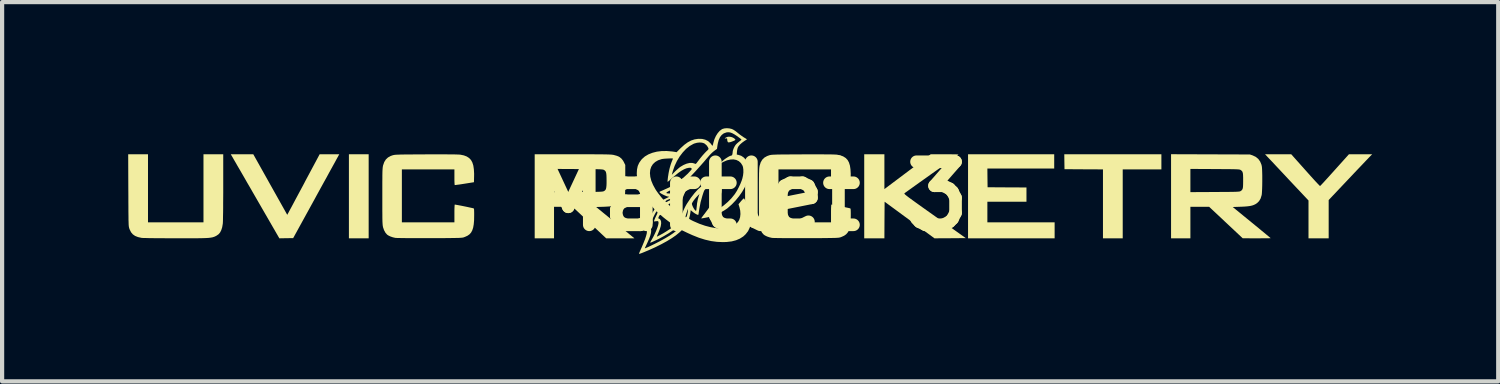
<source format=kicad_pcb>
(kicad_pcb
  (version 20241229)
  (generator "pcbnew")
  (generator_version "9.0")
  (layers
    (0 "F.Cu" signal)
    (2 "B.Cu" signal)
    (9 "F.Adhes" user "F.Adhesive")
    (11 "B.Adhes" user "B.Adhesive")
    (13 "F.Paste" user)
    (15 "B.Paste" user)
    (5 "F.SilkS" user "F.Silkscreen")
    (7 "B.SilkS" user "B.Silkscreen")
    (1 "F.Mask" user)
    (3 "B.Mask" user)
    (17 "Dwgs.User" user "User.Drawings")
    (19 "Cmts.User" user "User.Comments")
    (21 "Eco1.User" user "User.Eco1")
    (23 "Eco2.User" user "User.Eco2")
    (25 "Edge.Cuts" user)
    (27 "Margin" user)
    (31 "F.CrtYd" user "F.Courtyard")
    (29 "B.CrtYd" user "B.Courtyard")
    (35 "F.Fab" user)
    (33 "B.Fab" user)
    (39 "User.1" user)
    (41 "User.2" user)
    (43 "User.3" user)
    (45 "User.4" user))
  (footprint "Martlet 3"
    (layer "F.Cu")
    (at 14.791 1.62)
    (property "Reference" "Martlet 3" (at 0 0 0) (layer "F.SilkS") (effects (font (size 1.5 1.5) (thickness 0.3))))
    (attr board_only exclude_from_pos_files exclude_from_bom)
    (fp_poly (pts (xy -9.07 0) (xy -9.07 1) (xy -9.305 1) (xy -9.54 1) (xy -9.54 0) (xy -9.54 -1) (xy -9.305 -1) (xy -9.07 -1)) (stroke (width 0) (type solid)) (fill yes) (layer "F.SilkS"))
    (fp_poly (pts (xy 9.79 -0.82) (xy 9.79 -0.64) (xy 9.33 -0.64) (xy 8.87 -0.64) (xy 8.87 0.18) (xy 8.87 1) (xy 8.635 1) (xy 8.4 1) (xy 8.4 0.18) (xy 8.4 -0.64) (xy 7.942 -0.642) (xy 7.485 -0.645) (xy 7.482 -0.823) (xy 7.48 -1) (xy 8.635 -1) (xy 9.79 -1)) (stroke (width 0) (type solid)) (fill yes) (layer "F.SilkS"))
    (fp_poly (pts (xy 7.24 -0.83) (xy 7.24 -0.66) (xy 6.445 -0.66) (xy 5.65 -0.66) (xy 5.652 -0.438) (xy 5.655 -0.215) (xy 6.117 -0.212) (xy 6.58 -0.21) (xy 6.58 -0.04) (xy 6.58 0.13) (xy 6.115 0.13) (xy 5.65 0.13) (xy 5.65 0.375) (xy 5.65 0.62) (xy 6.45 0.62) (xy 7.25 0.62) (xy 7.25 0.81) (xy 7.25 1) (xy 6.22 1) (xy 5.19 1) (xy 5.19 0) (xy 5.19 -1) (xy 6.215 -1) (xy 7.24 -1)) (stroke (width 0) (type solid)) (fill yes) (layer "F.SilkS"))
    (fp_poly (pts (xy -0.424 -1.405) (xy -0.379 -1.382) (xy -0.356 -1.362) (xy -0.346 -1.349) (xy -0.346 -1.341) (xy -0.357 -1.332) (xy -0.383 -1.319) (xy -0.391 -1.316) (xy -0.428 -1.301) (xy -0.464 -1.289) (xy -0.482 -1.285) (xy -0.508 -1.282) (xy -0.522 -1.288) (xy -0.529 -1.298) (xy -0.537 -1.323) (xy -0.54 -1.351) (xy -0.542 -1.372) (xy -0.55 -1.379) (xy -0.57 -1.377) (xy -0.593 -1.373) (xy -0.598 -1.377) (xy -0.585 -1.389) (xy -0.568 -1.4) (xy -0.524 -1.416) (xy -0.475 -1.417)) (stroke (width 0) (type solid)) (fill yes) (layer "F.SilkS"))
    (fp_poly (pts (xy -9.79 -0.963) (xy -9.797 -0.949) (xy -9.814 -0.919) (xy -9.839 -0.874) (xy -9.871 -0.814) (xy -9.911 -0.742) (xy -9.957 -0.659) (xy -10.009 -0.565) (xy -10.065 -0.461) (xy -10.127 -0.35) (xy -10.192 -0.232) (xy -10.26 -0.108) (xy -10.331 0.021) (xy -10.338 0.035) (xy -10.866 0.995) (xy -11.031 0.997) (xy -11.195 1) (xy -11.748 0.042) (xy -11.822 -0.086) (xy -11.893 -0.21) (xy -11.962 -0.328) (xy -12.026 -0.44) (xy -12.086 -0.544) (xy -12.141 -0.639) (xy -12.191 -0.724) (xy -12.233 -0.798) (xy -12.269 -0.859) (xy -12.296 -0.907) (xy -12.315 -0.94) (xy -12.325 -0.956) (xy -12.326 -0.958) (xy -12.351 -1) (xy -12.083 -1) (xy -11.815 -1) (xy -11.411 -0.279) (xy -11.007 0.441) (xy -10.978 0.388) (xy -10.969 0.371) (xy -10.951 0.337) (xy -10.925 0.289) (xy -10.892 0.228) (xy -10.853 0.155) (xy -10.809 0.072) (xy -10.76 -0.019) (xy -10.707 -0.118) (xy -10.651 -0.222) (xy -10.593 -0.331) (xy -10.593 -0.333) (xy -10.236 -1) (xy -10.002 -1) (xy -9.769 -1)) (stroke (width 0) (type solid)) (fill yes) (layer "F.SilkS"))
    (fp_poly (pts (xy 14.729 -0.923) (xy 14.709 -0.901) (xy 14.676 -0.867) (xy 14.633 -0.822) (xy 14.58 -0.766) (xy 14.519 -0.702) (xy 14.451 -0.631) (xy 14.378 -0.554) (xy 14.302 -0.473) (xy 14.223 -0.39) (xy 14.212 -0.378) (xy 13.77 0.089) (xy 13.77 0.545) (xy 13.77 1) (xy 13.53 1) (xy 13.29 1) (xy 13.29 0.55) (xy 13.29 0.1) (xy 12.813 -0.407) (xy 12.733 -0.493) (xy 12.655 -0.576) (xy 12.582 -0.654) (xy 12.514 -0.726) (xy 12.454 -0.791) (xy 12.401 -0.847) (xy 12.357 -0.893) (xy 12.324 -0.928) (xy 12.303 -0.95) (xy 12.296 -0.958) (xy 12.256 -1) (xy 12.568 -1) (xy 12.879 -1) (xy 13.217 -0.621) (xy 13.283 -0.547) (xy 13.345 -0.478) (xy 13.402 -0.415) (xy 13.452 -0.36) (xy 13.495 -0.314) (xy 13.529 -0.279) (xy 13.552 -0.255) (xy 13.564 -0.244) (xy 13.565 -0.244) (xy 13.573 -0.252) (xy 13.594 -0.273) (xy 13.625 -0.306) (xy 13.666 -0.35) (xy 13.714 -0.403) (xy 13.77 -0.464) (xy 13.831 -0.532) (xy 13.896 -0.604) (xy 13.913 -0.623) (xy 14.252 -1) (xy 14.528 -1) (xy 14.805 -1)) (stroke (width 0) (type solid)) (fill yes) (layer "F.SilkS"))
    (fp_poly (pts (xy 3.2 -0.585) (xy 3.2 -0.171) (xy 3.751 -0.585) (xy 4.302 -1) (xy 4.639 -1) (xy 4.73 -1) (xy 4.802 -0.999) (xy 4.859 -0.999) (xy 4.901 -0.998) (xy 4.93 -0.996) (xy 4.948 -0.994) (xy 4.957 -0.992) (xy 4.959 -0.988) (xy 4.956 -0.984) (xy 4.955 -0.984) (xy 4.944 -0.976) (xy 4.918 -0.957) (xy 4.878 -0.928) (xy 4.825 -0.891) (xy 4.762 -0.846) (xy 4.689 -0.794) (xy 4.607 -0.736) (xy 4.519 -0.673) (xy 4.424 -0.605) (xy 4.325 -0.535) (xy 4.315 -0.528) (xy 4.216 -0.457) (xy 4.12 -0.389) (xy 4.031 -0.326) (xy 3.949 -0.267) (xy 3.875 -0.214) (xy 3.811 -0.168) (xy 3.758 -0.13) (xy 3.717 -0.101) (xy 3.69 -0.081) (xy 3.678 -0.071) (xy 3.677 -0.071) (xy 3.675 -0.067) (xy 3.675 -0.063) (xy 3.679 -0.057) (xy 3.687 -0.048) (xy 3.7 -0.035) (xy 3.72 -0.019) (xy 3.747 0.002) (xy 3.782 0.029) (xy 3.826 0.061) (xy 3.881 0.101) (xy 3.946 0.148) (xy 4.024 0.204) (xy 4.115 0.269) (xy 4.219 0.343) (xy 4.339 0.428) (xy 4.398 0.47) (xy 5.136 0.995) (xy 4.764 0.998) (xy 4.391 1) (xy 3.798 0.565) (xy 3.205 0.129) (xy 3.202 0.564) (xy 3.2 1) (xy 2.96 1) (xy 2.72 1) (xy 2.72 0) (xy 2.72 -1) (xy 2.96 -1) (xy 3.2 -1)) (stroke (width 0) (type solid)) (fill yes) (layer "F.SilkS"))
    (fp_poly (pts (xy -14.32 -0.19) (xy -14.32 0.62) (xy -13.66 0.62) (xy -13 0.62) (xy -13 -0.19) (xy -13 -1) (xy -12.765 -1) (xy -12.53 -1) (xy -12.53 -0.212) (xy -12.53 -0.079) (xy -12.531 0.048) (xy -12.532 0.167) (xy -12.532 0.277) (xy -12.533 0.376) (xy -12.535 0.462) (xy -12.536 0.534) (xy -12.537 0.591) (xy -12.539 0.63) (xy -12.54 0.65) (xy -12.555 0.737) (xy -12.577 0.806) (xy -12.605 0.861) (xy -12.642 0.904) (xy -12.69 0.937) (xy -12.7 0.943) (xy -12.721 0.953) (xy -12.741 0.962) (xy -12.762 0.969) (xy -12.785 0.976) (xy -12.812 0.981) (xy -12.844 0.986) (xy -12.882 0.99) (xy -12.929 0.993) (xy -12.984 0.995) (xy -13.051 0.997) (xy -13.129 0.998) (xy -13.221 0.999) (xy -13.329 0.999) (xy -13.452 0.999) (xy -13.594 0.999) (xy -13.668 0.999) (xy -13.791 0.999) (xy -13.909 0.998) (xy -14.02 0.997) (xy -14.123 0.997) (xy -14.216 0.996) (xy -14.297 0.995) (xy -14.365 0.993) (xy -14.419 0.992) (xy -14.456 0.991) (xy -14.474 0.989) (xy -14.474 0.989) (xy -14.559 0.97) (xy -14.627 0.943) (xy -14.681 0.905) (xy -14.722 0.857) (xy -14.754 0.794) (xy -14.763 0.771) (xy -14.767 0.759) (xy -14.77 0.747) (xy -14.773 0.734) (xy -14.776 0.719) (xy -14.778 0.7) (xy -14.78 0.675) (xy -14.781 0.644) (xy -14.782 0.606) (xy -14.784 0.557) (xy -14.784 0.499) (xy -14.785 0.428) (xy -14.786 0.344) (xy -14.786 0.245) (xy -14.787 0.13) (xy -14.787 -0.002) (xy -14.788 -0.147) (xy -14.791 -1) (xy -14.555 -1) (xy -14.32 -1)) (stroke (width 0) (type solid)) (fill yes) (layer "F.SilkS"))
    (fp_poly (pts (xy 10.957 -0.998) (xy 11.895 -0.995) (xy 11.961 -0.973) (xy 12.035 -0.938) (xy 12.095 -0.889) (xy 12.14 -0.826) (xy 12.171 -0.751) (xy 12.179 -0.715) (xy 12.183 -0.682) (xy 12.186 -0.632) (xy 12.188 -0.57) (xy 12.19 -0.499) (xy 12.19 -0.421) (xy 12.19 -0.342) (xy 12.189 -0.264) (xy 12.187 -0.191) (xy 12.184 -0.126) (xy 12.181 -0.073) (xy 12.177 -0.035) (xy 12.175 -0.026) (xy 12.151 0.052) (xy 12.114 0.115) (xy 12.067 0.161) (xy 12.03 0.186) (xy 11.991 0.205) (xy 11.948 0.22) (xy 11.898 0.231) (xy 11.837 0.239) (xy 11.762 0.245) (xy 11.671 0.249) (xy 11.666 0.249) (xy 11.487 0.255) (xy 11.939 0.624) (xy 12.021 0.691) (xy 12.098 0.754) (xy 12.169 0.813) (xy 12.233 0.865) (xy 12.287 0.91) (xy 12.332 0.947) (xy 12.364 0.974) (xy 12.384 0.991) (xy 12.39 0.996) (xy 12.38 0.997) (xy 12.353 0.998) (xy 12.31 0.999) (xy 12.255 0.999) (xy 12.188 0.999) (xy 12.114 1) (xy 12.057 1) (xy 11.725 0.999) (xy 11.326 0.625) (xy 10.926 0.25) (xy 10.703 0.25) (xy 10.48 0.25) (xy 10.48 0.625) (xy 10.48 1) (xy 10.25 1) (xy 10.02 1) (xy 10.02 -0.000295) (xy 10.02 -0.651) (xy 10.48 -0.651) (xy 10.48 -0.375) (xy 10.48 -0.099) (xy 11.063 -0.102) (xy 11.186 -0.103) (xy 11.291 -0.103) (xy 11.379 -0.104) (xy 11.452 -0.105) (xy 11.511 -0.106) (xy 11.558 -0.107) (xy 11.594 -0.109) (xy 11.621 -0.111) (xy 11.641 -0.113) (xy 11.655 -0.115) (xy 11.665 -0.119) (xy 11.672 -0.122) (xy 11.673 -0.123) (xy 11.694 -0.137) (xy 11.709 -0.153) (xy 11.72 -0.172) (xy 11.728 -0.198) (xy 11.732 -0.234) (xy 11.734 -0.283) (xy 11.735 -0.347) (xy 11.735 -0.375) (xy 11.735 -0.446) (xy 11.733 -0.5) (xy 11.73 -0.54) (xy 11.723 -0.569) (xy 11.714 -0.591) (xy 11.7 -0.607) (xy 11.681 -0.622) (xy 11.673 -0.627) (xy 11.666 -0.631) (xy 11.657 -0.634) (xy 11.643 -0.637) (xy 11.624 -0.639) (xy 11.598 -0.641) (xy 11.562 -0.643) (xy 11.517 -0.644) (xy 11.459 -0.645) (xy 11.388 -0.646) (xy 11.302 -0.646) (xy 11.2 -0.647) (xy 11.079 -0.648) (xy 11.063 -0.648) (xy 10.48 -0.651) (xy 10.02 -0.651) (xy 10.02 -1.001)) (stroke (width 0) (type solid)) (fill yes) (layer "F.SilkS"))
    (fp_poly (pts (xy -4.062 -1) (xy -3.923 -1) (xy -3.801 -1) (xy -3.696 -0.999) (xy -3.605 -0.999) (xy -3.528 -0.998) (xy -3.463 -0.997) (xy -3.409 -0.996) (xy -3.365 -0.995) (xy -3.329 -0.993) (xy -3.3 -0.992) (xy -3.277 -0.989) (xy -3.258 -0.987) (xy -3.243 -0.984) (xy -3.242 -0.984) (xy -3.165 -0.963) (xy -3.104 -0.935) (xy -3.056 -0.897) (xy -3.017 -0.847) (xy -2.998 -0.812) (xy -2.965 -0.745) (xy -2.965 -0.385) (xy -2.965 -0.282) (xy -2.966 -0.197) (xy -2.967 -0.127) (xy -2.969 -0.071) (xy -2.973 -0.026) (xy -2.979 0.01) (xy -2.986 0.038) (xy -2.996 0.062) (xy -3.008 0.083) (xy -3.023 0.103) (xy -3.036 0.119) (xy -3.071 0.154) (xy -3.109 0.182) (xy -3.153 0.205) (xy -3.207 0.222) (xy -3.272 0.234) (xy -3.351 0.242) (xy -3.447 0.248) (xy -3.472 0.249) (xy -3.658 0.255) (xy -3.297 0.55) (xy -3.22 0.613) (xy -3.144 0.675) (xy -3.072 0.734) (xy -3.005 0.789) (xy -2.946 0.837) (xy -2.897 0.877) (xy -2.86 0.908) (xy -2.842 0.922) (xy -2.748 1) (xy -3.083 1) (xy -3.419 1) (xy -3.819 0.625) (xy -4.219 0.25) (xy -4.44 0.25) (xy -4.66 0.25) (xy -4.66 0.625) (xy -4.66 1) (xy -4.89 1) (xy -5.12 1) (xy -5.12 0) (xy -5.12 -0.651) (xy -4.66 -0.651) (xy -4.66 -0.375) (xy -4.66 -0.099) (xy -4.082 -0.102) (xy -3.96 -0.103) (xy -3.856 -0.103) (xy -3.768 -0.104) (xy -3.696 -0.105) (xy -3.637 -0.106) (xy -3.591 -0.107) (xy -3.555 -0.109) (xy -3.527 -0.111) (xy -3.507 -0.113) (xy -3.492 -0.116) (xy -3.481 -0.119) (xy -3.473 -0.123) (xy -3.472 -0.123) (xy -3.451 -0.137) (xy -3.435 -0.154) (xy -3.424 -0.177) (xy -3.417 -0.21) (xy -3.412 -0.255) (xy -3.41 -0.315) (xy -3.41 -0.375) (xy -3.411 -0.449) (xy -3.413 -0.505) (xy -3.418 -0.547) (xy -3.426 -0.578) (xy -3.438 -0.6) (xy -3.455 -0.616) (xy -3.472 -0.627) (xy -3.48 -0.631) (xy -3.49 -0.634) (xy -3.504 -0.637) (xy -3.524 -0.639) (xy -3.55 -0.641) (xy -3.585 -0.643) (xy -3.63 -0.644) (xy -3.686 -0.645) (xy -3.756 -0.646) (xy -3.841 -0.646) (xy -3.943 -0.647) (xy -4.063 -0.648) (xy -4.082 -0.648) (xy -4.66 -0.651) (xy -5.12 -0.651) (xy -5.12 -1) (xy -4.22 -1)) (stroke (width 0) (type solid)) (fill yes) (layer "F.SilkS"))
    (fp_poly (pts (xy 1.698 -0.998) (xy 1.808 -0.997) (xy 1.9 -0.997) (xy 1.973 -0.995) (xy 2.027 -0.993) (xy 2.062 -0.991) (xy 2.072 -0.99) (xy 2.155 -0.973) (xy 2.223 -0.947) (xy 2.279 -0.911) (xy 2.324 -0.864) (xy 2.357 -0.804) (xy 2.38 -0.73) (xy 2.393 -0.642) (xy 2.399 -0.536) (xy 2.398 -0.47) (xy 2.395 -0.335) (xy 2.17 -0.299) (xy 2.105 -0.289) (xy 2.047 -0.28) (xy 1.998 -0.273) (xy 1.962 -0.269) (xy 1.941 -0.267) (xy 1.938 -0.267) (xy 1.935 -0.278) (xy 1.933 -0.306) (xy 1.931 -0.347) (xy 1.93 -0.398) (xy 1.93 -0.456) (xy 1.93 -0.64) (xy 1.305 -0.64) (xy 0.68 -0.64) (xy 0.68 -0.01) (xy 0.68 0.62) (xy 1.305 0.62) (xy 1.93 0.62) (xy 1.93 0.411) (xy 1.93 0.348) (xy 1.931 0.292) (xy 1.933 0.247) (xy 1.935 0.215) (xy 1.937 0.198) (xy 1.938 0.197) (xy 1.948 0.198) (xy 1.976 0.203) (xy 2.016 0.21) (xy 2.065 0.219) (xy 2.121 0.23) (xy 2.18 0.242) (xy 2.238 0.254) (xy 2.292 0.266) (xy 2.339 0.276) (xy 2.375 0.284) (xy 2.377 0.285) (xy 2.386 0.287) (xy 2.392 0.293) (xy 2.396 0.303) (xy 2.398 0.322) (xy 2.399 0.352) (xy 2.4 0.396) (xy 2.4 0.457) (xy 2.4 0.459) (xy 2.398 0.572) (xy 2.39 0.666) (xy 2.376 0.745) (xy 2.355 0.81) (xy 2.327 0.862) (xy 2.289 0.905) (xy 2.242 0.938) (xy 2.183 0.965) (xy 2.145 0.979) (xy 2.133 0.981) (xy 2.118 0.984) (xy 2.097 0.986) (xy 2.069 0.988) (xy 2.034 0.99) (xy 1.989 0.991) (xy 1.933 0.992) (xy 1.865 0.993) (xy 1.784 0.994) (xy 1.687 0.995) (xy 1.575 0.995) (xy 1.445 0.996) (xy 1.335 0.996) (xy 1.212 0.996) (xy 1.094 0.996) (xy 0.982 0.996) (xy 0.879 0.996) (xy 0.785 0.995) (xy 0.703 0.994) (xy 0.635 0.993) (xy 0.581 0.992) (xy 0.543 0.991) (xy 0.524 0.989) (xy 0.523 0.989) (xy 0.466 0.976) (xy 0.41 0.957) (xy 0.362 0.934) (xy 0.33 0.913) (xy 0.29 0.868) (xy 0.256 0.806) (xy 0.233 0.74) (xy 0.23 0.726) (xy 0.226 0.71) (xy 0.224 0.692) (xy 0.222 0.669) (xy 0.22 0.639) (xy 0.218 0.602) (xy 0.217 0.556) (xy 0.216 0.499) (xy 0.216 0.43) (xy 0.215 0.347) (xy 0.215 0.248) (xy 0.215 0.133) (xy 0.215 0.01) (xy 0.215 -0.123) (xy 0.215 -0.238) (xy 0.215 -0.335) (xy 0.216 -0.418) (xy 0.217 -0.487) (xy 0.217 -0.544) (xy 0.219 -0.59) (xy 0.22 -0.627) (xy 0.222 -0.657) (xy 0.224 -0.682) (xy 0.227 -0.702) (xy 0.23 -0.72) (xy 0.233 -0.732) (xy 0.258 -0.81) (xy 0.295 -0.872) (xy 0.344 -0.92) (xy 0.409 -0.957) (xy 0.465 -0.977) (xy 0.478 -0.98) (xy 0.493 -0.983) (xy 0.511 -0.986) (xy 0.535 -0.988) (xy 0.565 -0.99) (xy 0.602 -0.991) (xy 0.65 -0.993) (xy 0.708 -0.994) (xy 0.778 -0.995) (xy 0.862 -0.995) (xy 0.961 -0.996) (xy 1.076 -0.997) (xy 1.21 -0.997) (xy 1.265 -0.998) (xy 1.426 -0.998) (xy 1.571 -0.998)) (stroke (width 0) (type solid)) (fill yes) (layer "F.SilkS"))
    (fp_poly (pts (xy -7.262 -0.998) (xy -7.152 -0.997) (xy -7.06 -0.997) (xy -6.987 -0.995) (xy -6.933 -0.993) (xy -6.898 -0.991) (xy -6.888 -0.99) (xy -6.805 -0.973) (xy -6.737 -0.947) (xy -6.681 -0.911) (xy -6.636 -0.864) (xy -6.603 -0.804) (xy -6.58 -0.731) (xy -6.567 -0.642) (xy -6.561 -0.537) (xy -6.562 -0.47) (xy -6.565 -0.335) (xy -6.79 -0.299) (xy -6.855 -0.289) (xy -6.913 -0.28) (xy -6.962 -0.274) (xy -6.998 -0.269) (xy -7.019 -0.267) (xy -7.022 -0.267) (xy -7.025 -0.278) (xy -7.027 -0.306) (xy -7.029 -0.347) (xy -7.03 -0.398) (xy -7.03 -0.456) (xy -7.03 -0.64) (xy -7.655 -0.64) (xy -8.28 -0.64) (xy -8.28 -0.01) (xy -8.28 0.62) (xy -7.655 0.62) (xy -7.03 0.62) (xy -7.03 0.411) (xy -7.03 0.348) (xy -7.029 0.292) (xy -7.027 0.247) (xy -7.025 0.215) (xy -7.023 0.198) (xy -7.022 0.197) (xy -7.012 0.198) (xy -6.984 0.203) (xy -6.944 0.21) (xy -6.895 0.219) (xy -6.839 0.23) (xy -6.78 0.242) (xy -6.722 0.254) (xy -6.668 0.266) (xy -6.621 0.276) (xy -6.585 0.284) (xy -6.582 0.285) (xy -6.574 0.287) (xy -6.568 0.293) (xy -6.564 0.303) (xy -6.562 0.322) (xy -6.561 0.352) (xy -6.56 0.396) (xy -6.56 0.457) (xy -6.56 0.459) (xy -6.562 0.572) (xy -6.57 0.666) (xy -6.584 0.745) (xy -6.605 0.81) (xy -6.633 0.862) (xy -6.671 0.905) (xy -6.718 0.938) (xy -6.777 0.965) (xy -6.815 0.979) (xy -6.827 0.981) (xy -6.842 0.984) (xy -6.863 0.986) (xy -6.891 0.988) (xy -6.926 0.99) (xy -6.971 0.991) (xy -7.027 0.992) (xy -7.095 0.993) (xy -7.176 0.994) (xy -7.273 0.995) (xy -7.385 0.995) (xy -7.515 0.996) (xy -7.625 0.996) (xy -7.748 0.996) (xy -7.866 0.996) (xy -7.978 0.996) (xy -8.081 0.996) (xy -8.175 0.995) (xy -8.257 0.994) (xy -8.325 0.993) (xy -8.379 0.992) (xy -8.417 0.991) (xy -8.436 0.989) (xy -8.437 0.989) (xy -8.494 0.976) (xy -8.55 0.957) (xy -8.598 0.934) (xy -8.63 0.913) (xy -8.67 0.868) (xy -8.704 0.806) (xy -8.727 0.74) (xy -8.73 0.726) (xy -8.733 0.71) (xy -8.736 0.692) (xy -8.738 0.669) (xy -8.74 0.64) (xy -8.742 0.603) (xy -8.743 0.557) (xy -8.744 0.5) (xy -8.744 0.431) (xy -8.745 0.348) (xy -8.745 0.25) (xy -8.745 0.135) (xy -8.745 0.005) (xy -8.745 -0.128) (xy -8.745 -0.243) (xy -8.745 -0.341) (xy -8.744 -0.423) (xy -8.744 -0.492) (xy -8.743 -0.549) (xy -8.742 -0.595) (xy -8.74 -0.632) (xy -8.738 -0.661) (xy -8.736 -0.685) (xy -8.733 -0.705) (xy -8.73 -0.721) (xy -8.727 -0.737) (xy -8.726 -0.738) (xy -8.699 -0.815) (xy -8.661 -0.876) (xy -8.61 -0.924) (xy -8.544 -0.96) (xy -8.495 -0.977) (xy -8.482 -0.98) (xy -8.467 -0.983) (xy -8.449 -0.986) (xy -8.425 -0.988) (xy -8.395 -0.99) (xy -8.358 -0.991) (xy -8.31 -0.993) (xy -8.252 -0.994) (xy -8.182 -0.995) (xy -8.098 -0.995) (xy -7.999 -0.996) (xy -7.884 -0.997) (xy -7.75 -0.997) (xy -7.695 -0.998) (xy -7.534 -0.998) (xy -7.389 -0.998)) (stroke (width 0) (type solid)) (fill yes) (layer "F.SilkS"))
    (fp_poly (pts (xy -0.487 -1.615) (xy -0.429 -1.601) (xy -0.427 -1.6) (xy -0.388 -1.581) (xy -0.341 -1.55) (xy -0.291 -1.51) (xy -0.29 -1.509) (xy -0.247 -1.474) (xy -0.2 -1.44) (xy -0.157 -1.41) (xy -0.138 -1.398) (xy -0.106 -1.379) (xy -0.082 -1.364) (xy -0.071 -1.356) (xy -0.07 -1.355) (xy -0.078 -1.349) (xy -0.098 -1.336) (xy -0.127 -1.318) (xy -0.129 -1.317) (xy -0.188 -1.274) (xy -0.239 -1.228) (xy -0.276 -1.181) (xy -0.286 -1.162) (xy -0.296 -1.132) (xy -0.304 -1.092) (xy -0.308 -1.059) (xy -0.312 -0.993) (xy -0.274 -0.985) (xy -0.208 -0.964) (xy -0.149 -0.925) (xy -0.097 -0.871) (xy -0.056 -0.806) (xy -0.027 -0.731) (xy -0.016 -0.678) (xy -0.014 -0.622) (xy -0.02 -0.553) (xy -0.034 -0.476) (xy -0.055 -0.394) (xy -0.082 -0.313) (xy -0.113 -0.236) (xy -0.127 -0.205) (xy -0.185 -0.105) (xy -0.257 -0.002) (xy -0.339 0.098) (xy -0.427 0.191) (xy -0.518 0.271) (xy -0.543 0.292) (xy -0.608 0.335) (xy -0.684 0.379) (xy -0.765 0.42) (xy -0.844 0.454) (xy -0.916 0.478) (xy -0.922 0.48) (xy -0.961 0.49) (xy -1.005 0.5) (xy -1.051 0.509) (xy -1.093 0.517) (xy -1.128 0.523) (xy -1.151 0.526) (xy -1.158 0.525) (xy -1.153 0.517) (xy -1.139 0.496) (xy -1.116 0.465) (xy -1.087 0.427) (xy -1.08 0.419) (xy -1.003 0.315) (xy -0.935 0.218) (xy -0.879 0.128) (xy -0.834 0.046) (xy -0.801 -0.026) (xy -0.78 -0.089) (xy -0.771 -0.14) (xy -0.777 -0.179) (xy -0.789 -0.199) (xy -0.822 -0.218) (xy -0.866 -0.226) (xy -0.918 -0.223) (xy -0.975 -0.209) (xy -1.031 -0.184) (xy -1.046 -0.176) (xy -1.061 -0.166) (xy -1.073 -0.155) (xy -1.084 -0.141) (xy -1.094 -0.119) (xy -1.106 -0.087) (xy -1.121 -0.041) (xy -1.133 -0.003) (xy -1.173 0.141) (xy -1.2 0.281) (xy -1.201 0.285) (xy -1.209 0.336) (xy -1.216 0.381) (xy -1.221 0.416) (xy -1.225 0.436) (xy -1.226 0.438) (xy -1.236 0.442) (xy -1.258 0.435) (xy -1.288 0.42) (xy -1.322 0.399) (xy -1.357 0.373) (xy -1.369 0.363) (xy -1.408 0.33) (xy -1.415 0.383) (xy -1.423 0.433) (xy -1.434 0.482) (xy -1.445 0.521) (xy -1.447 0.526) (xy -1.444 0.535) (xy -1.427 0.548) (xy -1.396 0.566) (xy -1.348 0.59) (xy -1.339 0.594) (xy -1.201 0.654) (xy -1.066 0.701) (xy -0.935 0.735) (xy -0.809 0.757) (xy -0.692 0.765) (xy -0.583 0.761) (xy -0.486 0.742) (xy -0.401 0.711) (xy -0.397 0.709) (xy -0.335 0.666) (xy -0.283 0.61) (xy -0.254 0.562) (xy -0.233 0.497) (xy -0.225 0.423) (xy -0.23 0.342) (xy -0.248 0.262) (xy -0.271 0.189) (xy -0.209 0.114) (xy -0.177 0.078) (xy -0.156 0.057) (xy -0.143 0.05) (xy -0.138 0.052) (xy -0.119 0.083) (xy -0.097 0.127) (xy -0.072 0.179) (xy -0.049 0.232) (xy -0.029 0.281) (xy -0.017 0.315) (xy 0.013 0.435) (xy 0.025 0.546) (xy 0.02 0.649) (xy -0.003 0.743) (xy -0.043 0.828) (xy -0.101 0.903) (xy -0.157 0.955) (xy -0.238 1.007) (xy -0.329 1.046) (xy -0.433 1.073) (xy -0.551 1.087) (xy -0.642 1.09) (xy -0.783 1.084) (xy -0.924 1.065) (xy -1.067 1.032) (xy -1.214 0.986) (xy -1.369 0.924) (xy -1.482 0.873) (xy -1.619 0.807) (xy -1.681 0.864) (xy -1.762 0.93) (xy -1.86 0.998) (xy -1.975 1.068) (xy -2.105 1.139) (xy -2.249 1.211) (xy -2.404 1.281) (xy -2.517 1.328) (xy -2.568 1.349) (xy -2.604 1.362) (xy -2.626 1.368) (xy -2.637 1.368) (xy -2.638 1.361) (xy -2.637 1.357) (xy -2.631 1.344) (xy -2.619 1.316) (xy -2.602 1.277) (xy -2.584 1.236) (xy -2.5 1.236) (xy -2.491 1.236) (xy -2.466 1.226) (xy -2.423 1.208) (xy -2.362 1.179) (xy -2.284 1.141) (xy -2.282 1.141) (xy -2.142 1.069) (xy -2.017 1) (xy -1.908 0.935) (xy -1.817 0.873) (xy -1.744 0.815) (xy -1.732 0.805) (xy -1.686 0.763) (xy -1.709 0.75) (xy -1.728 0.744) (xy -1.745 0.749) (xy -1.759 0.759) (xy -1.841 0.819) (xy -1.937 0.882) (xy -2.041 0.944) (xy -2.147 1.002) (xy -2.236 1.046) (xy -2.292 1.072) (xy -2.331 1.09) (xy -2.356 1.1) (xy -2.369 1.103) (xy -2.372 1.098) (xy -2.367 1.086) (xy -2.356 1.066) (xy -2.351 1.058) (xy -2.306 0.979) (xy -2.296 0.96) (xy -2.213 0.96) (xy -2.213 0.96) (xy -2.203 0.956) (xy -2.178 0.943) (xy -2.144 0.926) (xy -2.114 0.909) (xy -2.063 0.881) (xy -2.007 0.847) (xy -1.951 0.811) (xy -1.897 0.776) (xy -1.852 0.745) (xy -1.82 0.721) (xy -1.82 0.72) (xy -1.795 0.699) (xy -1.82 0.682) (xy -1.852 0.659) (xy -1.892 0.63) (xy -1.937 0.596) (xy -1.982 0.562) (xy -2.024 0.529) (xy -2.06 0.5) (xy -2.068 0.493) (xy -1.532 0.493) (xy -1.532 0.495) (xy -1.519 0.499) (xy -1.507 0.485) (xy -1.502 0.475) (xy -1.495 0.453) (xy -1.487 0.421) (xy -1.48 0.386) (xy -1.475 0.352) (xy -1.473 0.325) (xy -1.474 0.312) (xy -1.474 0.312) (xy -1.481 0.315) (xy -1.483 0.321) (xy -1.488 0.337) (xy -1.497 0.366) (xy -1.509 0.403) (xy -1.512 0.412) (xy -1.523 0.449) (xy -1.53 0.477) (xy -1.532 0.493) (xy -2.068 0.493) (xy -2.087 0.477) (xy -2.099 0.466) (xy -2.122 0.446) (xy -2.139 0.443) (xy -2.154 0.459) (xy -2.163 0.475) (xy -2.176 0.506) (xy -2.179 0.523) (xy -2.171 0.53) (xy -2.166 0.53) (xy -2.15 0.537) (xy -2.132 0.555) (xy -2.131 0.556) (xy -2.114 0.594) (xy -2.111 0.645) (xy -2.121 0.711) (xy -2.146 0.79) (xy -2.184 0.884) (xy -2.188 0.892) (xy -2.202 0.925) (xy -2.211 0.949) (xy -2.213 0.96) (xy -2.296 0.96) (xy -2.267 0.902) (xy -2.233 0.828) (xy -2.206 0.76) (xy -2.186 0.7) (xy -2.175 0.651) (xy -2.174 0.616) (xy -2.176 0.608) (xy -2.182 0.596) (xy -2.194 0.591) (xy -2.219 0.592) (xy -2.232 0.593) (xy -2.282 0.599) (xy -2.276 0.572) (xy -2.268 0.551) (xy -2.254 0.518) (xy -2.236 0.479) (xy -2.23 0.466) (xy -2.21 0.424) (xy -2.2 0.396) (xy -2.199 0.379) (xy -2.202 0.373) (xy -2.215 0.362) (xy -2.22 0.36) (xy -2.229 0.369) (xy -2.243 0.392) (xy -2.262 0.427) (xy -2.284 0.471) (xy -2.307 0.519) (xy -2.33 0.569) (xy -2.35 0.617) (xy -2.354 0.628) (xy -2.391 0.72) (xy -2.371 0.747) (xy -2.354 0.779) (xy -2.348 0.821) (xy -2.354 0.874) (xy -2.371 0.938) (xy -2.4 1.016) (xy -2.441 1.109) (xy -2.446 1.119) (xy -2.466 1.162) (xy -2.483 1.199) (xy -2.495 1.224) (xy -2.5 1.236) (xy -2.5 1.236) (xy -2.584 1.236) (xy -2.581 1.23) (xy -2.57 1.205) (xy -2.527 1.102) (xy -2.493 1.016) (xy -2.47 0.945) (xy -2.455 0.889) (xy -2.45 0.846) (xy -2.454 0.817) (xy -2.465 0.8) (xy -2.475 0.789) (xy -2.479 0.774) (xy -2.476 0.751) (xy -2.467 0.718) (xy -2.451 0.669) (xy -2.449 0.663) (xy -2.426 0.603) (xy -2.404 0.549) (xy -2.377 0.496) (xy -2.345 0.438) (xy -2.318 0.392) (xy -2.269 0.31) (xy -2.343 0.222) (xy -2.362 0.196) (xy -1.942 0.196) (xy -1.848 0.273) (xy -1.812 0.303) (xy -1.781 0.327) (xy -1.76 0.343) (xy -1.75 0.35) (xy -1.75 0.35) (xy -1.748 0.34) (xy -1.746 0.315) (xy -1.745 0.278) (xy -1.744 0.235) (xy -1.744 0.185) (xy -1.745 0.152) (xy -1.748 0.132) (xy -1.752 0.123) (xy -1.759 0.12) (xy -1.76 0.12) (xy -1.783 0.124) (xy -1.818 0.134) (xy -1.856 0.148) (xy -1.891 0.163) (xy -1.916 0.177) (xy -1.918 0.179) (xy -1.942 0.196) (xy -2.362 0.196) (xy -2.42 0.123) (xy -2.008 0.123) (xy -2.006 0.128) (xy -2.001 0.136) (xy -1.995 0.138) (xy -1.983 0.135) (xy -1.961 0.125) (xy -1.929 0.108) (xy -1.885 0.088) (xy -1.834 0.068) (xy -1.802 0.058) (xy -1.735 0.04) (xy -1.803 0.045) (xy -1.851 0.052) (xy -1.898 0.063) (xy -1.941 0.077) (xy -1.976 0.092) (xy -1.999 0.108) (xy -2.008 0.123) (xy -2.42 0.123) (xy -2.447 0.088) (xy -2.533 -0.042) (xy -2.6 -0.167) (xy -2.649 -0.289) (xy -2.679 -0.408) (xy -2.691 -0.525) (xy -2.691 -0.542) (xy -2.691 -0.551) (xy -2.378 -0.551) (xy -2.37 -0.464) (xy -2.346 -0.37) (xy -2.305 -0.272) (xy -2.248 -0.168) (xy -2.222 -0.128) (xy -2.201 -0.098) (xy -2.175 -0.063) (xy -2.146 -0.026) (xy -2.118 0.01) (xy -2.092 0.042) (xy -2.071 0.066) (xy -2.059 0.079) (xy -2.057 0.08) (xy -2.048 0.075) (xy -2.025 0.065) (xy -1.994 0.049) (xy -1.987 0.046) (xy -1.919 0.012) (xy -1.954 0.006) (xy -1.983 -0.003) (xy -2.022 -0.019) (xy -2.063 -0.038) (xy -2.102 -0.059) (xy -2.131 -0.078) (xy -2.141 -0.086) (xy -1.986 -0.086) (xy -1.986 -0.076) (xy -1.966 -0.07) (xy -1.927 -0.067) (xy -1.869 -0.066) (xy -1.845 -0.066) (xy -1.786 -0.067) (xy -1.739 -0.071) (xy -1.698 -0.077) (xy -1.655 -0.088) (xy -1.637 -0.093) (xy -1.598 -0.105) (xy -1.565 -0.114) (xy -1.544 -0.119) (xy -1.54 -0.12) (xy -1.537 -0.112) (xy -1.543 -0.094) (xy -1.546 -0.089) (xy -1.569 -0.037) (xy -1.593 0.023) (xy -1.614 0.086) (xy -1.63 0.145) (xy -1.64 0.192) (xy -1.64 0.193) (xy -1.643 0.233) (xy -1.643 0.281) (xy -1.64 0.329) (xy -1.636 0.372) (xy -1.63 0.406) (xy -1.624 0.422) (xy -1.618 0.418) (xy -1.607 0.399) (xy -1.593 0.368) (xy -1.586 0.349) (xy -1.566 0.304) (xy -1.54 0.25) (xy -1.51 0.196) (xy -1.499 0.178) (xy -1.38 0.178) (xy -1.375 0.203) (xy -1.363 0.235) (xy -1.346 0.27) (xy -1.327 0.302) (xy -1.308 0.328) (xy -1.291 0.344) (xy -1.281 0.345) (xy -1.276 0.334) (xy -1.272 0.307) (xy -1.268 0.271) (xy -1.266 0.256) (xy -1.257 0.168) (xy -1.241 0.083) (xy -1.221 0.009) (xy -1.215 -0.01) (xy -1.199 -0.055) (xy -1.24 -0.015) (xy -1.273 0.02) (xy -1.306 0.059) (xy -1.336 0.098) (xy -1.36 0.134) (xy -1.376 0.163) (xy -1.38 0.178) (xy -1.499 0.178) (xy -1.492 0.167) (xy -1.405 0.037) (xy -1.319 -0.073) (xy -1.234 -0.166) (xy -1.149 -0.242) (xy -1.063 -0.302) (xy -1.02 -0.325) (xy -0.956 -0.349) (xy -0.891 -0.358) (xy -0.827 -0.354) (xy -0.77 -0.337) (xy -0.723 -0.307) (xy -0.711 -0.294) (xy -0.689 -0.266) (xy -0.676 -0.239) (xy -0.671 -0.205) (xy -0.671 -0.16) (xy -0.672 -0.142) (xy -0.677 -0.095) (xy -0.69 -0.049) (xy -0.711 0) (xy -0.746 0.067) (xy -0.788 0.14) (xy -0.834 0.212) (xy -0.879 0.278) (xy -0.907 0.314) (xy -0.94 0.355) (xy -0.962 0.382) (xy -0.972 0.397) (xy -0.971 0.403) (xy -0.96 0.402) (xy -0.939 0.395) (xy -0.926 0.39) (xy -0.827 0.348) (xy -0.724 0.29) (xy -0.623 0.218) (xy -0.527 0.136) (xy -0.439 0.047) (xy -0.363 -0.047) (xy -0.352 -0.063) (xy -0.308 -0.132) (xy -0.266 -0.212) (xy -0.227 -0.294) (xy -0.195 -0.374) (xy -0.179 -0.425) (xy -0.163 -0.496) (xy -0.155 -0.568) (xy -0.156 -0.636) (xy -0.164 -0.695) (xy -0.176 -0.73) (xy -0.214 -0.791) (xy -0.264 -0.836) (xy -0.324 -0.865) (xy -0.391 -0.878) (xy -0.466 -0.874) (xy -0.547 -0.855) (xy -0.632 -0.818) (xy -0.648 -0.809) (xy -0.701 -0.779) (xy -0.678 -0.81) (xy -0.653 -0.838) (xy -0.617 -0.869) (xy -0.575 -0.9) (xy -0.531 -0.928) (xy -0.49 -0.952) (xy -0.455 -0.966) (xy -0.437 -0.97) (xy -0.425 -0.979) (xy -0.416 -1.003) (xy -0.411 -1.037) (xy -0.41 -1.056) (xy -0.404 -1.09) (xy -0.389 -1.133) (xy -0.368 -1.178) (xy -0.344 -1.217) (xy -0.333 -1.231) (xy -0.304 -1.26) (xy -0.268 -1.291) (xy -0.249 -1.306) (xy -0.223 -1.326) (xy -0.206 -1.341) (xy -0.2 -1.348) (xy -0.208 -1.357) (xy -0.227 -1.374) (xy -0.248 -1.39) (xy -0.317 -1.44) (xy -0.375 -1.477) (xy -0.424 -1.503) (xy -0.466 -1.518) (xy -0.504 -1.524) (xy -0.542 -1.522) (xy -0.56 -1.519) (xy -0.621 -1.497) (xy -0.671 -1.459) (xy -0.712 -1.406) (xy -0.743 -1.336) (xy -0.765 -1.249) (xy -0.772 -1.207) (xy -0.783 -1.128) (xy -0.837 -1.089) (xy -0.869 -1.064) (xy -0.899 -1.038) (xy -0.928 -1.01) (xy -0.961 -0.975) (xy -1.001 -0.929) (xy -1.035 -0.89) (xy -1.101 -0.812) (xy -1.17 -0.734) (xy -1.238 -0.658) (xy -1.303 -0.586) (xy -1.365 -0.52) (xy -1.42 -0.463) (xy -1.467 -0.416) (xy -1.504 -0.382) (xy -1.515 -0.373) (xy -1.582 -0.322) (xy -1.655 -0.274) (xy -1.737 -0.225) (xy -1.832 -0.174) (xy -1.879 -0.15) (xy -1.933 -0.123) (xy -1.969 -0.102) (xy -1.986 -0.086) (xy -2.141 -0.086) (xy -2.143 -0.088) (xy -2.151 -0.098) (xy -2.15 -0.106) (xy -2.138 -0.114) (xy -2.112 -0.125) (xy -2.088 -0.135) (xy -1.922 -0.21) (xy -1.764 -0.303) (xy -1.616 -0.412) (xy -1.478 -0.538) (xy -1.401 -0.622) (xy -1.386 -0.642) (xy -1.384 -0.655) (xy -1.391 -0.666) (xy -1.404 -0.676) (xy -1.426 -0.679) (xy -1.456 -0.677) (xy -1.509 -0.666) (xy -1.567 -0.642) (xy -1.632 -0.606) (xy -1.705 -0.555) (xy -1.786 -0.489) (xy -1.864 -0.421) (xy -1.899 -0.39) (xy -1.928 -0.365) (xy -1.949 -0.349) (xy -1.958 -0.344) (xy -1.958 -0.344) (xy -1.959 -0.357) (xy -1.957 -0.385) (xy -1.953 -0.424) (xy -1.947 -0.472) (xy -1.94 -0.511) (xy -1.858 -0.511) (xy -1.782 -0.589) (xy -1.745 -0.624) (xy -1.707 -0.658) (xy -1.675 -0.685) (xy -1.66 -0.697) (xy -1.581 -0.744) (xy -1.506 -0.776) (xy -1.436 -0.793) (xy -1.374 -0.794) (xy -1.34 -0.786) (xy -1.312 -0.777) (xy -1.293 -0.771) (xy -1.288 -0.77) (xy -1.28 -0.778) (xy -1.263 -0.797) (xy -1.244 -0.823) (xy -1.185 -0.9) (xy -1.126 -0.972) (xy -1.071 -1.033) (xy -1.036 -1.069) (xy -1.007 -1.096) (xy -0.991 -1.114) (xy -0.985 -1.128) (xy -0.987 -1.141) (xy -0.991 -1.153) (xy -1.023 -1.205) (xy -1.07 -1.248) (xy -1.093 -1.262) (xy -1.14 -1.276) (xy -1.197 -1.28) (xy -1.259 -1.273) (xy -1.321 -1.256) (xy -1.345 -1.246) (xy -1.433 -1.196) (xy -1.518 -1.128) (xy -1.597 -1.044) (xy -1.671 -0.947) (xy -1.736 -0.839) (xy -1.791 -0.722) (xy -1.834 -0.599) (xy -1.839 -0.58) (xy -1.858 -0.511) (xy -1.94 -0.511) (xy -1.939 -0.523) (xy -1.93 -0.574) (xy -1.92 -0.621) (xy -1.915 -0.645) (xy -1.901 -0.698) (xy -1.884 -0.755) (xy -1.867 -0.804) (xy -1.861 -0.82) (xy -1.847 -0.855) (xy -1.836 -0.882) (xy -1.83 -0.896) (xy -1.83 -0.897) (xy -1.839 -0.9) (xy -1.864 -0.901) (xy -1.9 -0.901) (xy -1.943 -0.899) (xy -1.988 -0.897) (xy -2.032 -0.894) (xy -2.069 -0.89) (xy -2.096 -0.885) (xy -2.098 -0.885) (xy -2.183 -0.857) (xy -2.253 -0.816) (xy -2.308 -0.764) (xy -2.347 -0.702) (xy -2.371 -0.631) (xy -2.378 -0.551) (xy -2.691 -0.551) (xy -2.686 -0.637) (xy -2.668 -0.721) (xy -2.635 -0.795) (xy -2.586 -0.865) (xy -2.566 -0.888) (xy -2.498 -0.948) (xy -2.415 -0.997) (xy -2.319 -1.035) (xy -2.213 -1.062) (xy -2.097 -1.076) (xy -1.975 -1.077) (xy -1.848 -1.066) (xy -1.807 -1.06) (xy -1.744 -1.049) (xy -1.645 -1.148) (xy -1.56 -1.225) (xy -1.479 -1.284) (xy -1.398 -1.327) (xy -1.316 -1.354) (xy -1.23 -1.367) (xy -1.224 -1.367) (xy -1.137 -1.365) (xy -1.06 -1.346) (xy -0.993 -1.312) (xy -0.939 -1.262) (xy -0.922 -1.24) (xy -0.905 -1.217) (xy -0.893 -1.203) (xy -0.89 -1.2) (xy -0.886 -1.209) (xy -0.878 -1.233) (xy -0.87 -1.267) (xy -0.867 -1.278) (xy -0.843 -1.36) (xy -0.808 -1.436) (xy -0.766 -1.502) (xy -0.719 -1.556) (xy -0.668 -1.594) (xy -0.655 -1.601) (xy -0.607 -1.615) (xy -0.548 -1.62)) (stroke (width 0) (type solid)) (fill yes) (layer "F.SilkS")))
  (gr_rect
    (start -3 -3)
    (end 32.595 6.024)
    (stroke (width 0.1) (type default))
    (fill no)
    (layer "Edge.Cuts")))
</source>
